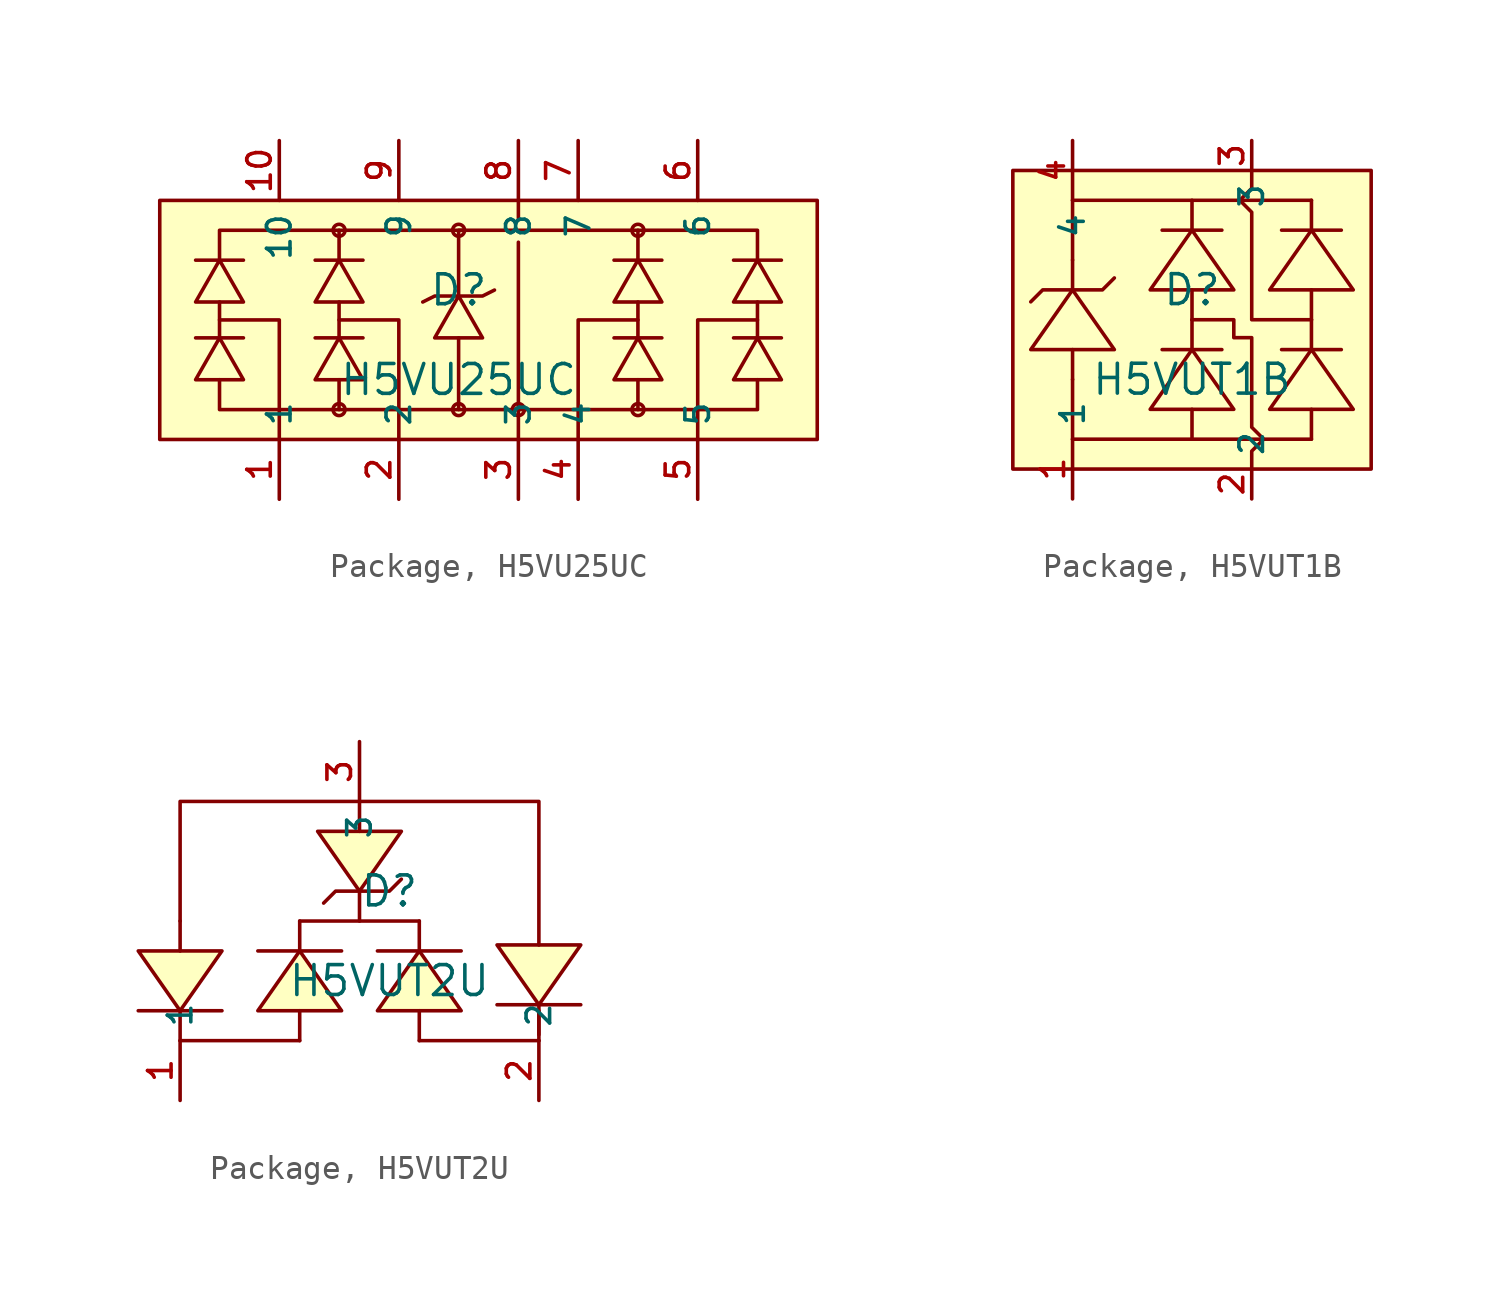
<source format=kicad_sym>
(kicad_symbol_lib
  (version 20231120)
  (generator "kicad_symbol_editor")
  (generator_version "8.0")
  (symbol "Package, H5VU25UC"
    (property "Reference" "D"
      (at 0 1.27 0)
      (effects (font (size 1.27 1.27))))
    (property "Value" "H5VU25UC"
      (at 0 -2.54 0)
      (effects (font (size 1.27 1.27))))
    (symbol "Package, H5VU25UC_0_1"
      (rectangle (start -12.7 5.08) (end 15.24 -5.08) (stroke (width 0) (type default)) (fill (type background)))
      (circle (center -5.08 -3.81) (radius 0.254) (stroke (width 0) (type default)) (fill (type background)))
      (circle (center -5.08 3.81) (radius 0.254) (stroke (width 0) (type default)) (fill (type background)))
      (circle (center 0 -3.81) (radius 0.254) (stroke (width 0) (type default)) (fill (type background)))
      (polyline (pts (xy -11.176 -0.762) (xy -9.144 -0.762)) (stroke (width 0) (type default)) (fill (type none)))
      (polyline (pts (xy -11.176 2.54) (xy -9.144 2.54)) (stroke (width 0) (type default)) (fill (type none)))
      (polyline (pts (xy -10.16 0.762) (xy -10.16 -0.762)) (stroke (width 0) (type default)) (fill (type none)))
      (polyline (pts (xy -6.096 -0.762) (xy -4.064 -0.762)) (stroke (width 0) (type default)) (fill (type none)))
      (polyline (pts (xy -6.096 2.54) (xy -4.064 2.54)) (stroke (width 0) (type default)) (fill (type none)))
      (polyline (pts (xy -5.08 -2.54) (xy -5.08 -3.81)) (stroke (width 0) (type default)) (fill (type none)))
      (polyline (pts (xy -5.08 0.762) (xy -5.08 -0.762)) (stroke (width 0) (type default)) (fill (type none)))
      (polyline (pts (xy -5.08 2.54) (xy -5.08 3.81)) (stroke (width 0) (type default)) (fill (type none)))
      (polyline (pts (xy 0 -0.762) (xy 0 -3.81)) (stroke (width 0) (type default)) (fill (type none)))
      (polyline (pts (xy 2.54 -3.81) (xy 2.54 -5.08)) (stroke (width 0) (type default)) (fill (type none)))
      (polyline (pts (xy 2.54 -3.81) (xy 2.54 3.302)) (stroke (width 0) (type default)) (fill (type none)))
      (polyline (pts (xy 2.54 4.318) (xy 2.54 5.08)) (stroke (width 0) (type default)) (fill (type none)))
      (polyline (pts (xy 6.604 -0.762) (xy 8.636 -0.762)) (stroke (width 0) (type default)) (fill (type none)))
      (polyline (pts (xy 6.604 2.54) (xy 8.636 2.54)) (stroke (width 0) (type default)) (fill (type none)))
      (polyline (pts (xy 7.62 -2.54) (xy 7.62 -3.81)) (stroke (width 0) (type default)) (fill (type none)))
      (polyline (pts (xy 7.62 -0.762) (xy 7.62 0.762)) (stroke (width 0) (type default)) (fill (type none)))
      (polyline (pts (xy 7.62 2.54) (xy 7.62 3.81)) (stroke (width 0) (type default)) (fill (type none)))
      (polyline (pts (xy 11.684 -0.762) (xy 13.716 -0.762)) (stroke (width 0) (type default)) (fill (type none)))
      (polyline (pts (xy 11.684 2.54) (xy 13.716 2.54)) (stroke (width 0) (type default)) (fill (type none)))
      (polyline (pts (xy 12.7 -0.762) (xy 12.7 0.762)) (stroke (width 0) (type default)) (fill (type none)))
      (polyline (pts (xy -5.08 0) (xy -2.54 0) (xy -2.54 -5.08)) (stroke (width 0) (type default)) (fill (type none)))
      (polyline (pts (xy 7.62 0) (xy 5.08 0) (xy 5.08 -5.08)) (stroke (width 0) (type default)) (fill (type none)))
      (polyline (pts (xy 12.7 0) (xy 10.16 0) (xy 10.16 -5.08)) (stroke (width 0) (type default)) (fill (type none)))
      (polyline (pts (xy -11.176 -2.54) (xy -10.16 -0.762) (xy -9.144 -2.54) (xy -11.176 -2.54)) (stroke (width 0) (type default)) (fill (type none)))
      (polyline (pts (xy -11.176 0.762) (xy -10.16 2.54) (xy -9.144 0.762) (xy -11.176 0.762)) (stroke (width 0) (type default)) (fill (type none)))
      (polyline (pts (xy -10.16 0) (xy -7.62 0) (xy -7.62 -5.08) (xy -7.62 -5.08)) (stroke (width 0) (type default)) (fill (type none)))
      (polyline (pts (xy -6.096 -2.54) (xy -5.08 -0.762) (xy -4.064 -2.54) (xy -6.096 -2.54)) (stroke (width 0) (type default)) (fill (type none)))
      (polyline (pts (xy -6.096 0.762) (xy -5.08 2.54) (xy -4.064 0.762) (xy -6.096 0.762)) (stroke (width 0) (type default)) (fill (type none)))
      (polyline (pts (xy -1.524 0.762) (xy -1.016 1.016) (xy 1.016 1.016) (xy 1.524 1.27)) (stroke (width 0) (type default)) (fill (type none)))
      (polyline (pts (xy -1.016 -0.762) (xy 0 1.016) (xy 1.016 -0.762) (xy -1.016 -0.762)) (stroke (width 0) (type default)) (fill (type none)))
      (polyline (pts (xy 0 1.016) (xy 0 3.81) (xy 0.254 3.81) (xy 0 3.81)) (stroke (width 0) (type default)) (fill (type none)))
      (polyline (pts (xy 6.604 -2.54) (xy 7.62 -0.762) (xy 8.636 -2.54) (xy 6.604 -2.54)) (stroke (width 0) (type default)) (fill (type none)))
      (polyline (pts (xy 6.604 0.762) (xy 7.62 2.54) (xy 8.636 0.762) (xy 6.604 0.762)) (stroke (width 0) (type default)) (fill (type none)))
      (polyline (pts (xy 11.684 -2.54) (xy 12.7 -0.762) (xy 13.716 -2.54) (xy 11.684 -2.54)) (stroke (width 0) (type default)) (fill (type none)))
      (polyline (pts (xy 11.684 0.762) (xy 12.7 2.54) (xy 13.716 0.762) (xy 11.684 0.762)) (stroke (width 0) (type default)) (fill (type none)))
      (polyline (pts (xy -10.16 2.54) (xy -10.16 3.81) (xy 10.16 3.81) (xy 12.7 3.81) (xy 12.7 2.54)) (stroke (width 0) (type default)) (fill (type none)))
      (polyline (pts (xy 12.7 -2.54) (xy 12.7 -3.81) (xy 10.16 -3.81) (xy -10.16 -3.81) (xy -10.16 -2.54)) (stroke (width 0) (type default)) (fill (type none)))
      (circle (center 0 3.81) (radius 0.254) (stroke (width 0) (type default)) (fill (type background)))
      (circle (center 2.54 -3.81) (radius 0.254) (stroke (width 0) (type default)) (fill (type background)))
      (circle (center 7.62 -3.81) (radius 0.254) (stroke (width 0) (type default)) (fill (type background)))
      (circle (center 7.62 3.81) (radius 0.254) (stroke (width 0) (type default)) (fill (type background)))
      (pin unspecified line (at -7.62 -7.62 90) (length 2.54) (name "1" (effects (font (size 1 1)))) (number "1" (effects (font (size 1 1)))))
      (pin unspecified line (at -7.62 7.62 270) (length 2.54) (name "10" (effects (font (size 1 1)))) (number "10" (effects (font (size 1 1)))))
      (pin unspecified line (at -2.54 -7.62 90) (length 2.54) (name "2" (effects (font (size 1 1)))) (number "2" (effects (font (size 1 1)))))
      (pin unspecified line (at 2.54 -7.62 90) (length 2.54) (name "3" (effects (font (size 1 1)))) (number "3" (effects (font (size 1 1)))))
      (pin unspecified line (at 5.08 -7.62 90) (length 2.54) (name "4" (effects (font (size 1 1)))) (number "4" (effects (font (size 1 1)))))
      (pin unspecified line (at 10.16 -7.62 90) (length 2.54) (name "5" (effects (font (size 1 1)))) (number "5" (effects (font (size 1 1)))))
      (pin unspecified line (at 10.16 7.62 270) (length 2.54) (name "6" (effects (font (size 1 1)))) (number "6" (effects (font (size 1 1)))))
      (pin unspecified line (at 5.08 7.62 270) (length 2.54) (name "7" (effects (font (size 1 1)))) (number "7" (effects (font (size 1 1)))))
      (pin unspecified line (at 2.54 7.62 270) (length 2.54) (name "8" (effects (font (size 1 1)))) (number "8" (effects (font (size 1 1)))))
      (pin unspecified line (at -2.54 7.62 270) (length 2.54) (name "9" (effects (font (size 1 1)))) (number "9" (effects (font (size 1 1)))))))
  (symbol "Package, H5VUT1B"
    (property "Reference" "D"
      (at 0 1.27 0)
      (effects (font (size 1.27 1.27))))
    (property "Value" "H5VUT1B"
      (at 0 -2.54 0)
      (effects (font (size 1.27 1.27))))
    (symbol "Package, H5VUT1B_0_1"
      (rectangle (start -7.62 6.35) (end 7.62 -6.35) (stroke (width 0) (type default)) (fill (type background)))
      (polyline (pts (xy -5.08 -5.08) (xy 5.08 -5.08)) (stroke (width 0) (type default)) (fill (type none)))
      (polyline (pts (xy -5.08 -2.54) (xy -5.08 -5.08)) (stroke (width 0) (type default)) (fill (type none)))
      (polyline (pts (xy -5.08 -2.54) (xy -5.08 -1.27)) (stroke (width 0) (type default)) (fill (type none)))
      (polyline (pts (xy -5.08 1.27) (xy -5.08 2.54)) (stroke (width 0) (type default)) (fill (type none)))
      (polyline (pts (xy -5.08 2.54) (xy -5.08 5.08)) (stroke (width 0) (type default)) (fill (type none)))
      (polyline (pts (xy -5.08 5.08) (xy 5.08 5.08)) (stroke (width 0) (type default)) (fill (type none)))
      (polyline (pts (xy 0 -5.08) (xy 0 -3.81)) (stroke (width 0) (type default)) (fill (type none)))
      (polyline (pts (xy 0 -1.27) (xy 0 0)) (stroke (width 0) (type default)) (fill (type none)))
      (polyline (pts (xy 0 0) (xy 0 1.27)) (stroke (width 0) (type default)) (fill (type none)))
      (polyline (pts (xy 0 3.81) (xy 0 5.08)) (stroke (width 0) (type default)) (fill (type none)))
      (polyline (pts (xy 1.27 -1.27) (xy -1.27 -1.27)) (stroke (width 0) (type default)) (fill (type none)))
      (polyline (pts (xy 1.27 3.81) (xy -1.27 3.81)) (stroke (width 0) (type default)) (fill (type none)))
      (polyline (pts (xy 5.08 -5.08) (xy 5.08 -3.81)) (stroke (width 0) (type default)) (fill (type none)))
      (polyline (pts (xy 5.08 -1.27) (xy 5.08 0)) (stroke (width 0) (type default)) (fill (type none)))
      (polyline (pts (xy 5.08 0) (xy 5.08 1.27)) (stroke (width 0) (type default)) (fill (type none)))
      (polyline (pts (xy 5.08 3.81) (xy 5.08 5.08)) (stroke (width 0) (type default)) (fill (type none)))
      (polyline (pts (xy 6.35 -1.27) (xy 3.81 -1.27)) (stroke (width 0) (type default)) (fill (type none)))
      (polyline (pts (xy 6.35 3.81) (xy 3.81 3.81)) (stroke (width 0) (type default)) (fill (type none)))
      (polyline (pts (xy -3.302 -1.27) (xy -5.08 1.27) (xy -6.858 -1.27) (xy -3.302 -1.27)) (stroke (width 0) (type default)) (fill (type background)))
      (polyline (pts (xy -3.302 1.778) (xy -3.81 1.27) (xy -6.35 1.27) (xy -6.858 0.762)) (stroke (width 0) (type default)) (fill (type none)))
      (polyline (pts (xy 1.778 -3.81) (xy 0 -1.27) (xy -1.778 -3.81) (xy 1.778 -3.81)) (stroke (width 0) (type default)) (fill (type background)))
      (polyline (pts (xy 1.778 1.27) (xy 0 3.81) (xy -1.778 1.27) (xy 1.778 1.27)) (stroke (width 0) (type default)) (fill (type background)))
      (polyline (pts (xy 6.858 -3.81) (xy 5.08 -1.27) (xy 3.302 -3.81) (xy 6.858 -3.81)) (stroke (width 0) (type default)) (fill (type background)))
      (polyline (pts (xy 6.858 1.27) (xy 5.08 3.81) (xy 3.302 1.27) (xy 6.858 1.27)) (stroke (width 0) (type default)) (fill (type background)))
      (polyline (pts (xy 5.08 0) (xy 2.54 0) (xy 2.54 4.572) (xy 2.032 5.08) (xy 2.54 5.588) (xy 2.54 6.35)) (stroke (width 0) (type default)) (fill (type none)))
      (polyline (pts (xy 0 0) (xy 1.778 0) (xy 1.778 -0.762) (xy 2.54 -0.762) (xy 2.54 -4.572) (xy 3.048 -5.08) (xy 2.54 -5.588) (xy 2.54 -6.35)) (stroke (width 0) (type default)) (fill (type none)))
      (pin unspecified line (at -5.08 -7.62 90) (length 2.54) (name "1" (effects (font (size 1 1)))) (number "1" (effects (font (size 1 1)))))
      (pin unspecified line (at 2.54 -7.62 90) (length 1.27) (name "2" (effects (font (size 1 1)))) (number "2" (effects (font (size 1 1)))))
      (pin unspecified line (at 2.54 7.62 270) (length 1.27) (name "3" (effects (font (size 1 1)))) (number "3" (effects (font (size 1 1)))))
      (pin unspecified line (at -5.08 7.62 270) (length 2.54) (name "4" (effects (font (size 1 1)))) (number "4" (effects (font (size 1 1)))))))
  (symbol "Package, H5VUT2U"
    (property "Reference" "D"
      (at 1.27 1.27 0)
      (effects (font (size 1.27 1.27))))
    (property "Value" "H5VUT2U"
      (at 1.27 -2.54 0)
      (effects (font (size 1.27 1.27))))
    (symbol "Package, H5VUT2U_0_1"
      (polyline (pts (xy -9.398 -3.81) (xy -5.842 -3.81)) (stroke (width 0) (type default)) (fill (type none)))
      (polyline (pts (xy -7.62 -3.81) (xy -7.62 -5.08)) (stroke (width 0) (type default)) (fill (type none)))
      (polyline (pts (xy -7.62 0) (xy -7.62 -1.27)) (stroke (width 0) (type default)) (fill (type none)))
      (polyline (pts (xy -2.54 -5.08) (xy -7.62 -5.08)) (stroke (width 0) (type default)) (fill (type none)))
      (polyline (pts (xy -2.54 -5.08) (xy -2.54 -3.81)) (stroke (width 0) (type default)) (fill (type none)))
      (polyline (pts (xy -2.54 -1.27) (xy -2.54 0)) (stroke (width 0) (type default)) (fill (type none)))
      (polyline (pts (xy -0.762 -1.27) (xy -4.318 -1.27)) (stroke (width 0) (type default)) (fill (type none)))
      (polyline (pts (xy 0 1.27) (xy 0 0)) (stroke (width 0) (type default)) (fill (type none)))
      (polyline (pts (xy 0 5.08) (xy 0 3.81)) (stroke (width 0) (type default)) (fill (type none)))
      (polyline (pts (xy 2.54 -5.08) (xy 2.54 -3.81)) (stroke (width 0) (type default)) (fill (type none)))
      (polyline (pts (xy 2.54 -1.27) (xy 2.54 0)) (stroke (width 0) (type default)) (fill (type none)))
      (polyline (pts (xy 2.54 0) (xy -2.54 0)) (stroke (width 0) (type default)) (fill (type none)))
      (polyline (pts (xy 4.318 -1.27) (xy 0.762 -1.27)) (stroke (width 0) (type default)) (fill (type none)))
      (polyline (pts (xy 7.62 -5.08) (xy 2.54 -5.08)) (stroke (width 0) (type default)) (fill (type none)))
      (polyline (pts (xy 7.62 -5.08) (xy 7.62 -3.81)) (stroke (width 0) (type default)) (fill (type none)))
      (polyline (pts (xy 7.62 -3.556) (xy 7.62 -4.826)) (stroke (width 0) (type default)) (fill (type none)))
      (polyline (pts (xy 9.398 -3.556) (xy 5.842 -3.556)) (stroke (width 0) (type default)) (fill (type none)))
      (polyline (pts (xy -9.398 -1.27) (xy -7.62 -3.81) (xy -5.842 -1.27) (xy -9.398 -1.27)) (stroke (width 0) (type default)) (fill (type background)))
      (polyline (pts (xy -1.778 3.81) (xy 0 1.27) (xy 1.778 3.81) (xy -1.778 3.81)) (stroke (width 0) (type default)) (fill (type background)))
      (polyline (pts (xy -0.762 -3.81) (xy -2.54 -1.27) (xy -4.318 -3.81) (xy -0.762 -3.81)) (stroke (width 0) (type default)) (fill (type background)))
      (polyline (pts (xy 4.318 -3.81) (xy 2.54 -1.27) (xy 0.762 -3.81) (xy 4.318 -3.81)) (stroke (width 0) (type default)) (fill (type background)))
      (polyline (pts (xy 7.62 -1.016) (xy 7.62 5.08) (xy -7.62 5.08) (xy -7.62 0)) (stroke (width 0) (type default)) (fill (type none)))
      (polyline (pts (xy 9.398 -1.016) (xy 7.62 -3.556) (xy 5.842 -1.016) (xy 9.398 -1.016)) (stroke (width 0) (type default)) (fill (type background)))
      (polyline (pts (xy -1.524 0.762) (xy -1.016 1.27) (xy 0 1.27) (xy 1.27 1.27) (xy 1.778 1.778)) (stroke (width 0) (type default)) (fill (type none)))
      (pin unspecified line (at -7.62 -7.62 90) (length 2.54) (name "1" (effects (font (size 1 1)))) (number "1" (effects (font (size 1 1)))))
      (pin unspecified line (at 7.62 -7.62 90) (length 2.54) (name "2" (effects (font (size 1 1)))) (number "2" (effects (font (size 1 1)))))
      (pin unspecified line (at 0 7.62 270) (length 2.54) (name "3" (effects (font (size 1 1)))) (number "3" (effects (font (size 1 1))))))))
</source>
